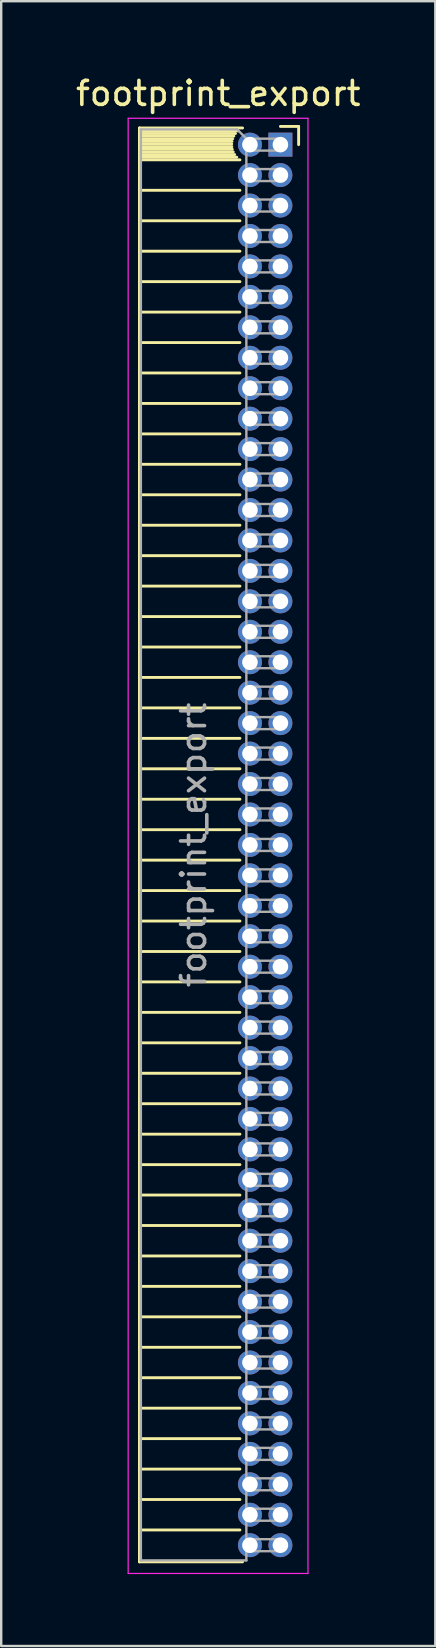
<source format=kicad_pcb>
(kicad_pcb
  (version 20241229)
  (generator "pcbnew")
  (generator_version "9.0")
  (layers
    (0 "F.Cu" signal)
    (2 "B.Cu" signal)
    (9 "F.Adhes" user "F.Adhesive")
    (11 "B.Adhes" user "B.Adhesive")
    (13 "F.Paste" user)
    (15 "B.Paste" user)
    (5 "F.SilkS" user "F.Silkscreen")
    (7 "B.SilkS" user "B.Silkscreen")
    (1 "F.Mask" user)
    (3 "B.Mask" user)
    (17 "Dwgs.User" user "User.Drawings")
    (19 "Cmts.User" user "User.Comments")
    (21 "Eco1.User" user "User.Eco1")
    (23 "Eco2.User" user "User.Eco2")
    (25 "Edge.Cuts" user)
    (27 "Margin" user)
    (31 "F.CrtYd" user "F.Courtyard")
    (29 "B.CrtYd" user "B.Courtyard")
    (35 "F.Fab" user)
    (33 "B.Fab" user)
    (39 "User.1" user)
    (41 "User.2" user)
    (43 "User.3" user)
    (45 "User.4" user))
  (footprint "footprint_export"
    (layer "F.Cu")
    (at 8.646 2.983)
    (property "Reference" "footprint_export" (at -2.592 -2.135 0) (layer "F.SilkS") (effects (font (size 1 1) (thickness 0.15))))
    (attr through_hole)
    (fp_line (start -5.88 -0.695) (end -5.88 59.115) (stroke (width 0.12) (type solid)) (layer "F.SilkS"))
    (fp_line (start -5.88 -0.695) (end -1.578 -0.695) (stroke (width 0.12) (type solid)) (layer "F.SilkS"))
    (fp_line (start -5.88 -0.575) (end -1.767 -0.575) (stroke (width 0.12) (type solid)) (layer "F.SilkS"))
    (fp_line (start -5.88 -0.465) (end -1.871 -0.465) (stroke (width 0.12) (type solid)) (layer "F.SilkS"))
    (fp_line (start -5.88 -0.355) (end -1.942 -0.355) (stroke (width 0.12) (type solid)) (layer "F.SilkS"))
    (fp_line (start -5.88 -0.245) (end -1.989 -0.245) (stroke (width 0.12) (type solid)) (layer "F.SilkS"))
    (fp_line (start -5.88 -0.135) (end -2.018 -0.135) (stroke (width 0.12) (type solid)) (layer "F.SilkS"))
    (fp_line (start -5.88 -0.025) (end -2.03 -0.025) (stroke (width 0.12) (type solid)) (layer "F.SilkS"))
    (fp_line (start -5.88 0.085) (end -2.025 0.085) (stroke (width 0.12) (type solid)) (layer "F.SilkS"))
    (fp_line (start -5.88 0.195) (end -2.005 0.195) (stroke (width 0.12) (type solid)) (layer "F.SilkS"))
    (fp_line (start -5.88 0.305) (end -1.966 0.305) (stroke (width 0.12) (type solid)) (layer "F.SilkS"))
    (fp_line (start -5.88 0.415) (end -1.907 0.415) (stroke (width 0.12) (type solid)) (layer "F.SilkS"))
    (fp_line (start -5.88 0.525) (end -1.82 0.525) (stroke (width 0.12) (type solid)) (layer "F.SilkS"))
    (fp_line (start -5.88 0.635) (end -1.688 0.635) (stroke (width 0.12) (type solid)) (layer "F.SilkS"))
    (fp_line (start -5.88 1.905) (end -1.688 1.905) (stroke (width 0.12) (type solid)) (layer "F.SilkS"))
    (fp_line (start -5.88 3.175) (end -1.688 3.175) (stroke (width 0.12) (type solid)) (layer "F.SilkS"))
    (fp_line (start -5.88 4.445) (end -1.688 4.445) (stroke (width 0.12) (type solid)) (layer "F.SilkS"))
    (fp_line (start -5.88 5.715) (end -1.688 5.715) (stroke (width 0.12) (type solid)) (layer "F.SilkS"))
    (fp_line (start -5.88 6.985) (end -1.688 6.985) (stroke (width 0.12) (type solid)) (layer "F.SilkS"))
    (fp_line (start -5.88 8.255) (end -1.688 8.255) (stroke (width 0.12) (type solid)) (layer "F.SilkS"))
    (fp_line (start -5.88 9.525) (end -1.688 9.525) (stroke (width 0.12) (type solid)) (layer "F.SilkS"))
    (fp_line (start -5.88 10.795) (end -1.688 10.795) (stroke (width 0.12) (type solid)) (layer "F.SilkS"))
    (fp_line (start -5.88 12.065) (end -1.688 12.065) (stroke (width 0.12) (type solid)) (layer "F.SilkS"))
    (fp_line (start -5.88 13.335) (end -1.688 13.335) (stroke (width 0.12) (type solid)) (layer "F.SilkS"))
    (fp_line (start -5.88 14.605) (end -1.688 14.605) (stroke (width 0.12) (type solid)) (layer "F.SilkS"))
    (fp_line (start -5.88 15.875) (end -1.688 15.875) (stroke (width 0.12) (type solid)) (layer "F.SilkS"))
    (fp_line (start -5.88 17.145) (end -1.688 17.145) (stroke (width 0.12) (type solid)) (layer "F.SilkS"))
    (fp_line (start -5.88 18.415) (end -1.688 18.415) (stroke (width 0.12) (type solid)) (layer "F.SilkS"))
    (fp_line (start -5.88 19.685) (end -1.688 19.685) (stroke (width 0.12) (type solid)) (layer "F.SilkS"))
    (fp_line (start -5.88 20.955) (end -1.688 20.955) (stroke (width 0.12) (type solid)) (layer "F.SilkS"))
    (fp_line (start -5.88 22.225) (end -1.688 22.225) (stroke (width 0.12) (type solid)) (layer "F.SilkS"))
    (fp_line (start -5.88 23.495) (end -1.688 23.495) (stroke (width 0.12) (type solid)) (layer "F.SilkS"))
    (fp_line (start -5.88 24.765) (end -1.688 24.765) (stroke (width 0.12) (type solid)) (layer "F.SilkS"))
    (fp_line (start -5.88 26.035) (end -1.688 26.035) (stroke (width 0.12) (type solid)) (layer "F.SilkS"))
    (fp_line (start -5.88 27.305) (end -1.688 27.305) (stroke (width 0.12) (type solid)) (layer "F.SilkS"))
    (fp_line (start -5.88 28.575) (end -1.688 28.575) (stroke (width 0.12) (type solid)) (layer "F.SilkS"))
    (fp_line (start -5.88 29.845) (end -1.688 29.845) (stroke (width 0.12) (type solid)) (layer "F.SilkS"))
    (fp_line (start -5.88 31.115) (end -1.688 31.115) (stroke (width 0.12) (type solid)) (layer "F.SilkS"))
    (fp_line (start -5.88 32.385) (end -1.688 32.385) (stroke (width 0.12) (type solid)) (layer "F.SilkS"))
    (fp_line (start -5.88 33.655) (end -1.688 33.655) (stroke (width 0.12) (type solid)) (layer "F.SilkS"))
    (fp_line (start -5.88 34.925) (end -1.688 34.925) (stroke (width 0.12) (type solid)) (layer "F.SilkS"))
    (fp_line (start -5.88 36.195) (end -1.688 36.195) (stroke (width 0.12) (type solid)) (layer "F.SilkS"))
    (fp_line (start -5.88 37.465) (end -1.688 37.465) (stroke (width 0.12) (type solid)) (layer "F.SilkS"))
    (fp_line (start -5.88 38.735) (end -1.688 38.735) (stroke (width 0.12) (type solid)) (layer "F.SilkS"))
    (fp_line (start -5.88 40.005) (end -1.688 40.005) (stroke (width 0.12) (type solid)) (layer "F.SilkS"))
    (fp_line (start -5.88 41.275) (end -1.688 41.275) (stroke (width 0.12) (type solid)) (layer "F.SilkS"))
    (fp_line (start -5.88 42.545) (end -1.688 42.545) (stroke (width 0.12) (type solid)) (layer "F.SilkS"))
    (fp_line (start -5.88 43.815) (end -1.688 43.815) (stroke (width 0.12) (type solid)) (layer "F.SilkS"))
    (fp_line (start -5.88 45.085) (end -1.688 45.085) (stroke (width 0.12) (type solid)) (layer "F.SilkS"))
    (fp_line (start -5.88 46.355) (end -1.688 46.355) (stroke (width 0.12) (type solid)) (layer "F.SilkS"))
    (fp_line (start -5.88 47.625) (end -1.688 47.625) (stroke (width 0.12) (type solid)) (layer "F.SilkS"))
    (fp_line (start -5.88 48.895) (end -1.688 48.895) (stroke (width 0.12) (type solid)) (layer "F.SilkS"))
    (fp_line (start -5.88 50.165) (end -1.688 50.165) (stroke (width 0.12) (type solid)) (layer "F.SilkS"))
    (fp_line (start -5.88 51.435) (end -1.688 51.435) (stroke (width 0.12) (type solid)) (layer "F.SilkS"))
    (fp_line (start -5.88 52.705) (end -1.688 52.705) (stroke (width 0.12) (type solid)) (layer "F.SilkS"))
    (fp_line (start -5.88 53.975) (end -1.688 53.975) (stroke (width 0.12) (type solid)) (layer "F.SilkS"))
    (fp_line (start -5.88 55.245) (end -1.688 55.245) (stroke (width 0.12) (type solid)) (layer "F.SilkS"))
    (fp_line (start -5.88 56.515) (end -1.688 56.515) (stroke (width 0.12) (type solid)) (layer "F.SilkS"))
    (fp_line (start -5.88 57.785) (end -1.688 57.785) (stroke (width 0.12) (type solid)) (layer "F.SilkS"))
    (fp_line (start -5.88 59.115) (end -1.578 59.115) (stroke (width 0.12) (type solid)) (layer "F.SilkS"))
    (fp_line (start 0 -0.76) (end 0.76 -0.76) (stroke (width 0.12) (type solid)) (layer "F.SilkS"))
    (fp_line (start 0.76 -0.76) (end 0.76 0) (stroke (width 0.12) (type solid)) (layer "F.SilkS"))
    (fp_line (start -6.35 -1.1) (end -6.35 59.6) (stroke (width 0.05) (type solid)) (layer "F.CrtYd"))
    (fp_line (start -6.35 59.6) (end 1.15 59.6) (stroke (width 0.05) (type solid)) (layer "F.CrtYd"))
    (fp_line (start 1.15 -1.1) (end -6.35 -1.1) (stroke (width 0.05) (type solid)) (layer "F.CrtYd"))
    (fp_line (start 1.15 59.6) (end 1.15 -1.1) (stroke (width 0.05) (type solid)) (layer "F.CrtYd"))
    (fp_line (start -5.82 -0.635) (end -1.805 -0.635) (stroke (width 0.1) (type solid)) (layer "F.Fab"))
    (fp_line (start -5.82 59.055) (end -5.82 -0.635) (stroke (width 0.1) (type solid)) (layer "F.Fab"))
    (fp_line (start -1.805 -0.635) (end -1.42 -0.25) (stroke (width 0.1) (type solid)) (layer "F.Fab"))
    (fp_line (start -1.42 -0.25) (end -1.42 59.055) (stroke (width 0.1) (type solid)) (layer "F.Fab"))
    (fp_line (start -1.42 0.25) (end 0 0.25) (stroke (width 0.1) (type solid)) (layer "F.Fab"))
    (fp_line (start -1.42 1.52) (end 0 1.52) (stroke (width 0.1) (type solid)) (layer "F.Fab"))
    (fp_line (start -1.42 2.79) (end 0 2.79) (stroke (width 0.1) (type solid)) (layer "F.Fab"))
    (fp_line (start -1.42 4.06) (end 0 4.06) (stroke (width 0.1) (type solid)) (layer "F.Fab"))
    (fp_line (start -1.42 5.33) (end 0 5.33) (stroke (width 0.1) (type solid)) (layer "F.Fab"))
    (fp_line (start -1.42 6.6) (end 0 6.6) (stroke (width 0.1) (type solid)) (layer "F.Fab"))
    (fp_line (start -1.42 7.87) (end 0 7.87) (stroke (width 0.1) (type solid)) (layer "F.Fab"))
    (fp_line (start -1.42 9.14) (end 0 9.14) (stroke (width 0.1) (type solid)) (layer "F.Fab"))
    (fp_line (start -1.42 10.41) (end 0 10.41) (stroke (width 0.1) (type solid)) (layer "F.Fab"))
    (fp_line (start -1.42 11.68) (end 0 11.68) (stroke (width 0.1) (type solid)) (layer "F.Fab"))
    (fp_line (start -1.42 12.95) (end 0 12.95) (stroke (width 0.1) (type solid)) (layer "F.Fab"))
    (fp_line (start -1.42 14.22) (end 0 14.22) (stroke (width 0.1) (type solid)) (layer "F.Fab"))
    (fp_line (start -1.42 15.49) (end 0 15.49) (stroke (width 0.1) (type solid)) (layer "F.Fab"))
    (fp_line (start -1.42 16.76) (end 0 16.76) (stroke (width 0.1) (type solid)) (layer "F.Fab"))
    (fp_line (start -1.42 18.03) (end 0 18.03) (stroke (width 0.1) (type solid)) (layer "F.Fab"))
    (fp_line (start -1.42 19.3) (end 0 19.3) (stroke (width 0.1) (type solid)) (layer "F.Fab"))
    (fp_line (start -1.42 20.57) (end 0 20.57) (stroke (width 0.1) (type solid)) (layer "F.Fab"))
    (fp_line (start -1.42 21.84) (end 0 21.84) (stroke (width 0.1) (type solid)) (layer "F.Fab"))
    (fp_line (start -1.42 23.11) (end 0 23.11) (stroke (width 0.1) (type solid)) (layer "F.Fab"))
    (fp_line (start -1.42 24.38) (end 0 24.38) (stroke (width 0.1) (type solid)) (layer "F.Fab"))
    (fp_line (start -1.42 25.65) (end 0 25.65) (stroke (width 0.1) (type solid)) (layer "F.Fab"))
    (fp_line (start -1.42 26.92) (end 0 26.92) (stroke (width 0.1) (type solid)) (layer "F.Fab"))
    (fp_line (start -1.42 28.19) (end 0 28.19) (stroke (width 0.1) (type solid)) (layer "F.Fab"))
    (fp_line (start -1.42 29.46) (end 0 29.46) (stroke (width 0.1) (type solid)) (layer "F.Fab"))
    (fp_line (start -1.42 30.73) (end 0 30.73) (stroke (width 0.1) (type solid)) (layer "F.Fab"))
    (fp_line (start -1.42 32) (end 0 32) (stroke (width 0.1) (type solid)) (layer "F.Fab"))
    (fp_line (start -1.42 33.27) (end 0 33.27) (stroke (width 0.1) (type solid)) (layer "F.Fab"))
    (fp_line (start -1.42 34.54) (end 0 34.54) (stroke (width 0.1) (type solid)) (layer "F.Fab"))
    (fp_line (start -1.42 35.81) (end 0 35.81) (stroke (width 0.1) (type solid)) (layer "F.Fab"))
    (fp_line (start -1.42 37.08) (end 0 37.08) (stroke (width 0.1) (type solid)) (layer "F.Fab"))
    (fp_line (start -1.42 38.35) (end 0 38.35) (stroke (width 0.1) (type solid)) (layer "F.Fab"))
    (fp_line (start -1.42 39.62) (end 0 39.62) (stroke (width 0.1) (type solid)) (layer "F.Fab"))
    (fp_line (start -1.42 40.89) (end 0 40.89) (stroke (width 0.1) (type solid)) (layer "F.Fab"))
    (fp_line (start -1.42 42.16) (end 0 42.16) (stroke (width 0.1) (type solid)) (layer "F.Fab"))
    (fp_line (start -1.42 43.43) (end 0 43.43) (stroke (width 0.1) (type solid)) (layer "F.Fab"))
    (fp_line (start -1.42 44.7) (end 0 44.7) (stroke (width 0.1) (type solid)) (layer "F.Fab"))
    (fp_line (start -1.42 45.97) (end 0 45.97) (stroke (width 0.1) (type solid)) (layer "F.Fab"))
    (fp_line (start -1.42 47.24) (end 0 47.24) (stroke (width 0.1) (type solid)) (layer "F.Fab"))
    (fp_line (start -1.42 48.51) (end 0 48.51) (stroke (width 0.1) (type solid)) (layer "F.Fab"))
    (fp_line (start -1.42 49.78) (end 0 49.78) (stroke (width 0.1) (type solid)) (layer "F.Fab"))
    (fp_line (start -1.42 51.05) (end 0 51.05) (stroke (width 0.1) (type solid)) (layer "F.Fab"))
    (fp_line (start -1.42 52.32) (end 0 52.32) (stroke (width 0.1) (type solid)) (layer "F.Fab"))
    (fp_line (start -1.42 53.59) (end 0 53.59) (stroke (width 0.1) (type solid)) (layer "F.Fab"))
    (fp_line (start -1.42 54.86) (end 0 54.86) (stroke (width 0.1) (type solid)) (layer "F.Fab"))
    (fp_line (start -1.42 56.13) (end 0 56.13) (stroke (width 0.1) (type solid)) (layer "F.Fab"))
    (fp_line (start -1.42 57.4) (end 0 57.4) (stroke (width 0.1) (type solid)) (layer "F.Fab"))
    (fp_line (start -1.42 58.67) (end 0 58.67) (stroke (width 0.1) (type solid)) (layer "F.Fab"))
    (fp_line (start -1.42 59.055) (end -5.82 59.055) (stroke (width 0.1) (type solid)) (layer "F.Fab"))
    (fp_line (start 0 -0.25) (end -1.42 -0.25) (stroke (width 0.1) (type solid)) (layer "F.Fab"))
    (fp_line (start 0 0.25) (end 0 -0.25) (stroke (width 0.1) (type solid)) (layer "F.Fab"))
    (fp_line (start 0 1.02) (end -1.42 1.02) (stroke (width 0.1) (type solid)) (layer "F.Fab"))
    (fp_line (start 0 1.52) (end 0 1.02) (stroke (width 0.1) (type solid)) (layer "F.Fab"))
    (fp_line (start 0 2.29) (end -1.42 2.29) (stroke (width 0.1) (type solid)) (layer "F.Fab"))
    (fp_line (start 0 2.79) (end 0 2.29) (stroke (width 0.1) (type solid)) (layer "F.Fab"))
    (fp_line (start 0 3.56) (end -1.42 3.56) (stroke (width 0.1) (type solid)) (layer "F.Fab"))
    (fp_line (start 0 4.06) (end 0 3.56) (stroke (width 0.1) (type solid)) (layer "F.Fab"))
    (fp_line (start 0 4.83) (end -1.42 4.83) (stroke (width 0.1) (type solid)) (layer "F.Fab"))
    (fp_line (start 0 5.33) (end 0 4.83) (stroke (width 0.1) (type solid)) (layer "F.Fab"))
    (fp_line (start 0 6.1) (end -1.42 6.1) (stroke (width 0.1) (type solid)) (layer "F.Fab"))
    (fp_line (start 0 6.6) (end 0 6.1) (stroke (width 0.1) (type solid)) (layer "F.Fab"))
    (fp_line (start 0 7.37) (end -1.42 7.37) (stroke (width 0.1) (type solid)) (layer "F.Fab"))
    (fp_line (start 0 7.87) (end 0 7.37) (stroke (width 0.1) (type solid)) (layer "F.Fab"))
    (fp_line (start 0 8.64) (end -1.42 8.64) (stroke (width 0.1) (type solid)) (layer "F.Fab"))
    (fp_line (start 0 9.14) (end 0 8.64) (stroke (width 0.1) (type solid)) (layer "F.Fab"))
    (fp_line (start 0 9.91) (end -1.42 9.91) (stroke (width 0.1) (type solid)) (layer "F.Fab"))
    (fp_line (start 0 10.41) (end 0 9.91) (stroke (width 0.1) (type solid)) (layer "F.Fab"))
    (fp_line (start 0 11.18) (end -1.42 11.18) (stroke (width 0.1) (type solid)) (layer "F.Fab"))
    (fp_line (start 0 11.68) (end 0 11.18) (stroke (width 0.1) (type solid)) (layer "F.Fab"))
    (fp_line (start 0 12.45) (end -1.42 12.45) (stroke (width 0.1) (type solid)) (layer "F.Fab"))
    (fp_line (start 0 12.95) (end 0 12.45) (stroke (width 0.1) (type solid)) (layer "F.Fab"))
    (fp_line (start 0 13.72) (end -1.42 13.72) (stroke (width 0.1) (type solid)) (layer "F.Fab"))
    (fp_line (start 0 14.22) (end 0 13.72) (stroke (width 0.1) (type solid)) (layer "F.Fab"))
    (fp_line (start 0 14.99) (end -1.42 14.99) (stroke (width 0.1) (type solid)) (layer "F.Fab"))
    (fp_line (start 0 15.49) (end 0 14.99) (stroke (width 0.1) (type solid)) (layer "F.Fab"))
    (fp_line (start 0 16.26) (end -1.42 16.26) (stroke (width 0.1) (type solid)) (layer "F.Fab"))
    (fp_line (start 0 16.76) (end 0 16.26) (stroke (width 0.1) (type solid)) (layer "F.Fab"))
    (fp_line (start 0 17.53) (end -1.42 17.53) (stroke (width 0.1) (type solid)) (layer "F.Fab"))
    (fp_line (start 0 18.03) (end 0 17.53) (stroke (width 0.1) (type solid)) (layer "F.Fab"))
    (fp_line (start 0 18.8) (end -1.42 18.8) (stroke (width 0.1) (type solid)) (layer "F.Fab"))
    (fp_line (start 0 19.3) (end 0 18.8) (stroke (width 0.1) (type solid)) (layer "F.Fab"))
    (fp_line (start 0 20.07) (end -1.42 20.07) (stroke (width 0.1) (type solid)) (layer "F.Fab"))
    (fp_line (start 0 20.57) (end 0 20.07) (stroke (width 0.1) (type solid)) (layer "F.Fab"))
    (fp_line (start 0 21.34) (end -1.42 21.34) (stroke (width 0.1) (type solid)) (layer "F.Fab"))
    (fp_line (start 0 21.84) (end 0 21.34) (stroke (width 0.1) (type solid)) (layer "F.Fab"))
    (fp_line (start 0 22.61) (end -1.42 22.61) (stroke (width 0.1) (type solid)) (layer "F.Fab"))
    (fp_line (start 0 23.11) (end 0 22.61) (stroke (width 0.1) (type solid)) (layer "F.Fab"))
    (fp_line (start 0 23.88) (end -1.42 23.88) (stroke (width 0.1) (type solid)) (layer "F.Fab"))
    (fp_line (start 0 24.38) (end 0 23.88) (stroke (width 0.1) (type solid)) (layer "F.Fab"))
    (fp_line (start 0 25.15) (end -1.42 25.15) (stroke (width 0.1) (type solid)) (layer "F.Fab"))
    (fp_line (start 0 25.65) (end 0 25.15) (stroke (width 0.1) (type solid)) (layer "F.Fab"))
    (fp_line (start 0 26.42) (end -1.42 26.42) (stroke (width 0.1) (type solid)) (layer "F.Fab"))
    (fp_line (start 0 26.92) (end 0 26.42) (stroke (width 0.1) (type solid)) (layer "F.Fab"))
    (fp_line (start 0 27.69) (end -1.42 27.69) (stroke (width 0.1) (type solid)) (layer "F.Fab"))
    (fp_line (start 0 28.19) (end 0 27.69) (stroke (width 0.1) (type solid)) (layer "F.Fab"))
    (fp_line (start 0 28.96) (end -1.42 28.96) (stroke (width 0.1) (type solid)) (layer "F.Fab"))
    (fp_line (start 0 29.46) (end 0 28.96) (stroke (width 0.1) (type solid)) (layer "F.Fab"))
    (fp_line (start 0 30.23) (end -1.42 30.23) (stroke (width 0.1) (type solid)) (layer "F.Fab"))
    (fp_line (start 0 30.73) (end 0 30.23) (stroke (width 0.1) (type solid)) (layer "F.Fab"))
    (fp_line (start 0 31.5) (end -1.42 31.5) (stroke (width 0.1) (type solid)) (layer "F.Fab"))
    (fp_line (start 0 32) (end 0 31.5) (stroke (width 0.1) (type solid)) (layer "F.Fab"))
    (fp_line (start 0 32.77) (end -1.42 32.77) (stroke (width 0.1) (type solid)) (layer "F.Fab"))
    (fp_line (start 0 33.27) (end 0 32.77) (stroke (width 0.1) (type solid)) (layer "F.Fab"))
    (fp_line (start 0 34.04) (end -1.42 34.04) (stroke (width 0.1) (type solid)) (layer "F.Fab"))
    (fp_line (start 0 34.54) (end 0 34.04) (stroke (width 0.1) (type solid)) (layer "F.Fab"))
    (fp_line (start 0 35.31) (end -1.42 35.31) (stroke (width 0.1) (type solid)) (layer "F.Fab"))
    (fp_line (start 0 35.81) (end 0 35.31) (stroke (width 0.1) (type solid)) (layer "F.Fab"))
    (fp_line (start 0 36.58) (end -1.42 36.58) (stroke (width 0.1) (type solid)) (layer "F.Fab"))
    (fp_line (start 0 37.08) (end 0 36.58) (stroke (width 0.1) (type solid)) (layer "F.Fab"))
    (fp_line (start 0 37.85) (end -1.42 37.85) (stroke (width 0.1) (type solid)) (layer "F.Fab"))
    (fp_line (start 0 38.35) (end 0 37.85) (stroke (width 0.1) (type solid)) (layer "F.Fab"))
    (fp_line (start 0 39.12) (end -1.42 39.12) (stroke (width 0.1) (type solid)) (layer "F.Fab"))
    (fp_line (start 0 39.62) (end 0 39.12) (stroke (width 0.1) (type solid)) (layer "F.Fab"))
    (fp_line (start 0 40.39) (end -1.42 40.39) (stroke (width 0.1) (type solid)) (layer "F.Fab"))
    (fp_line (start 0 40.89) (end 0 40.39) (stroke (width 0.1) (type solid)) (layer "F.Fab"))
    (fp_line (start 0 41.66) (end -1.42 41.66) (stroke (width 0.1) (type solid)) (layer "F.Fab"))
    (fp_line (start 0 42.16) (end 0 41.66) (stroke (width 0.1) (type solid)) (layer "F.Fab"))
    (fp_line (start 0 42.93) (end -1.42 42.93) (stroke (width 0.1) (type solid)) (layer "F.Fab"))
    (fp_line (start 0 43.43) (end 0 42.93) (stroke (width 0.1) (type solid)) (layer "F.Fab"))
    (fp_line (start 0 44.2) (end -1.42 44.2) (stroke (width 0.1) (type solid)) (layer "F.Fab"))
    (fp_line (start 0 44.7) (end 0 44.2) (stroke (width 0.1) (type solid)) (layer "F.Fab"))
    (fp_line (start 0 45.47) (end -1.42 45.47) (stroke (width 0.1) (type solid)) (layer "F.Fab"))
    (fp_line (start 0 45.97) (end 0 45.47) (stroke (width 0.1) (type solid)) (layer "F.Fab"))
    (fp_line (start 0 46.74) (end -1.42 46.74) (stroke (width 0.1) (type solid)) (layer "F.Fab"))
    (fp_line (start 0 47.24) (end 0 46.74) (stroke (width 0.1) (type solid)) (layer "F.Fab"))
    (fp_line (start 0 48.01) (end -1.42 48.01) (stroke (width 0.1) (type solid)) (layer "F.Fab"))
    (fp_line (start 0 48.51) (end 0 48.01) (stroke (width 0.1) (type solid)) (layer "F.Fab"))
    (fp_line (start 0 49.28) (end -1.42 49.28) (stroke (width 0.1) (type solid)) (layer "F.Fab"))
    (fp_line (start 0 49.78) (end 0 49.28) (stroke (width 0.1) (type solid)) (layer "F.Fab"))
    (fp_line (start 0 50.55) (end -1.42 50.55) (stroke (width 0.1) (type solid)) (layer "F.Fab"))
    (fp_line (start 0 51.05) (end 0 50.55) (stroke (width 0.1) (type solid)) (layer "F.Fab"))
    (fp_line (start 0 51.82) (end -1.42 51.82) (stroke (width 0.1) (type solid)) (layer "F.Fab"))
    (fp_line (start 0 52.32) (end 0 51.82) (stroke (width 0.1) (type solid)) (layer "F.Fab"))
    (fp_line (start 0 53.09) (end -1.42 53.09) (stroke (width 0.1) (type solid)) (layer "F.Fab"))
    (fp_line (start 0 53.59) (end 0 53.09) (stroke (width 0.1) (type solid)) (layer "F.Fab"))
    (fp_line (start 0 54.36) (end -1.42 54.36) (stroke (width 0.1) (type solid)) (layer "F.Fab"))
    (fp_line (start 0 54.86) (end 0 54.36) (stroke (width 0.1) (type solid)) (layer "F.Fab"))
    (fp_line (start 0 55.63) (end -1.42 55.63) (stroke (width 0.1) (type solid)) (layer "F.Fab"))
    (fp_line (start 0 56.13) (end 0 55.63) (stroke (width 0.1) (type solid)) (layer "F.Fab"))
    (fp_line (start 0 56.9) (end -1.42 56.9) (stroke (width 0.1) (type solid)) (layer "F.Fab"))
    (fp_line (start 0 57.4) (end 0 56.9) (stroke (width 0.1) (type solid)) (layer "F.Fab"))
    (fp_line (start 0 58.17) (end -1.42 58.17) (stroke (width 0.1) (type solid)) (layer "F.Fab"))
    (fp_line (start 0 58.67) (end 0 58.17) (stroke (width 0.1) (type solid)) (layer "F.Fab"))
    (fp_text user "${REFERENCE}" (at -3.62 29.21 90) (layer "F.Fab") (effects (font (size 1 1) (thickness 0.15))))
    (pad "1" thru_hole rect (at 0 0) (size 1 1) (drill 0.65) (layers "*.Cu" "*.Mask"))
    (pad "2" thru_hole oval (at -1.27 0) (size 1 1) (drill 0.65) (layers "*.Cu" "*.Mask"))
    (pad "3" thru_hole oval (at 0 1.27) (size 1 1) (drill 0.65) (layers "*.Cu" "*.Mask"))
    (pad "4" thru_hole oval (at -1.27 1.27) (size 1 1) (drill 0.65) (layers "*.Cu" "*.Mask"))
    (pad "5" thru_hole oval (at 0 2.54) (size 1 1) (drill 0.65) (layers "*.Cu" "*.Mask"))
    (pad "6" thru_hole oval (at -1.27 2.54) (size 1 1) (drill 0.65) (layers "*.Cu" "*.Mask"))
    (pad "7" thru_hole oval (at 0 3.81) (size 1 1) (drill 0.65) (layers "*.Cu" "*.Mask"))
    (pad "8" thru_hole oval (at -1.27 3.81) (size 1 1) (drill 0.65) (layers "*.Cu" "*.Mask"))
    (pad "9" thru_hole oval (at 0 5.08) (size 1 1) (drill 0.65) (layers "*.Cu" "*.Mask"))
    (pad "10" thru_hole oval (at -1.27 5.08) (size 1 1) (drill 0.65) (layers "*.Cu" "*.Mask"))
    (pad "11" thru_hole oval (at 0 6.35) (size 1 1) (drill 0.65) (layers "*.Cu" "*.Mask"))
    (pad "12" thru_hole oval (at -1.27 6.35) (size 1 1) (drill 0.65) (layers "*.Cu" "*.Mask"))
    (pad "13" thru_hole oval (at 0 7.62) (size 1 1) (drill 0.65) (layers "*.Cu" "*.Mask"))
    (pad "14" thru_hole oval (at -1.27 7.62) (size 1 1) (drill 0.65) (layers "*.Cu" "*.Mask"))
    (pad "15" thru_hole oval (at 0 8.89) (size 1 1) (drill 0.65) (layers "*.Cu" "*.Mask"))
    (pad "16" thru_hole oval (at -1.27 8.89) (size 1 1) (drill 0.65) (layers "*.Cu" "*.Mask"))
    (pad "17" thru_hole oval (at 0 10.16) (size 1 1) (drill 0.65) (layers "*.Cu" "*.Mask"))
    (pad "18" thru_hole oval (at -1.27 10.16) (size 1 1) (drill 0.65) (layers "*.Cu" "*.Mask"))
    (pad "19" thru_hole oval (at 0 11.43) (size 1 1) (drill 0.65) (layers "*.Cu" "*.Mask"))
    (pad "20" thru_hole oval (at -1.27 11.43) (size 1 1) (drill 0.65) (layers "*.Cu" "*.Mask"))
    (pad "21" thru_hole oval (at 0 12.7) (size 1 1) (drill 0.65) (layers "*.Cu" "*.Mask"))
    (pad "22" thru_hole oval (at -1.27 12.7) (size 1 1) (drill 0.65) (layers "*.Cu" "*.Mask"))
    (pad "23" thru_hole oval (at 0 13.97) (size 1 1) (drill 0.65) (layers "*.Cu" "*.Mask"))
    (pad "24" thru_hole oval (at -1.27 13.97) (size 1 1) (drill 0.65) (layers "*.Cu" "*.Mask"))
    (pad "25" thru_hole oval (at 0 15.24) (size 1 1) (drill 0.65) (layers "*.Cu" "*.Mask"))
    (pad "26" thru_hole oval (at -1.27 15.24) (size 1 1) (drill 0.65) (layers "*.Cu" "*.Mask"))
    (pad "27" thru_hole oval (at 0 16.51) (size 1 1) (drill 0.65) (layers "*.Cu" "*.Mask"))
    (pad "28" thru_hole oval (at -1.27 16.51) (size 1 1) (drill 0.65) (layers "*.Cu" "*.Mask"))
    (pad "29" thru_hole oval (at 0 17.78) (size 1 1) (drill 0.65) (layers "*.Cu" "*.Mask"))
    (pad "30" thru_hole oval (at -1.27 17.78) (size 1 1) (drill 0.65) (layers "*.Cu" "*.Mask"))
    (pad "31" thru_hole oval (at 0 19.05) (size 1 1) (drill 0.65) (layers "*.Cu" "*.Mask"))
    (pad "32" thru_hole oval (at -1.27 19.05) (size 1 1) (drill 0.65) (layers "*.Cu" "*.Mask"))
    (pad "33" thru_hole oval (at 0 20.32) (size 1 1) (drill 0.65) (layers "*.Cu" "*.Mask"))
    (pad "34" thru_hole oval (at -1.27 20.32) (size 1 1) (drill 0.65) (layers "*.Cu" "*.Mask"))
    (pad "35" thru_hole oval (at 0 21.59) (size 1 1) (drill 0.65) (layers "*.Cu" "*.Mask"))
    (pad "36" thru_hole oval (at -1.27 21.59) (size 1 1) (drill 0.65) (layers "*.Cu" "*.Mask"))
    (pad "37" thru_hole oval (at 0 22.86) (size 1 1) (drill 0.65) (layers "*.Cu" "*.Mask"))
    (pad "38" thru_hole oval (at -1.27 22.86) (size 1 1) (drill 0.65) (layers "*.Cu" "*.Mask"))
    (pad "39" thru_hole oval (at 0 24.13) (size 1 1) (drill 0.65) (layers "*.Cu" "*.Mask"))
    (pad "40" thru_hole oval (at -1.27 24.13) (size 1 1) (drill 0.65) (layers "*.Cu" "*.Mask"))
    (pad "41" thru_hole oval (at 0 25.4) (size 1 1) (drill 0.65) (layers "*.Cu" "*.Mask"))
    (pad "42" thru_hole oval (at -1.27 25.4) (size 1 1) (drill 0.65) (layers "*.Cu" "*.Mask"))
    (pad "43" thru_hole oval (at 0 26.67) (size 1 1) (drill 0.65) (layers "*.Cu" "*.Mask"))
    (pad "44" thru_hole oval (at -1.27 26.67) (size 1 1) (drill 0.65) (layers "*.Cu" "*.Mask"))
    (pad "45" thru_hole oval (at 0 27.94) (size 1 1) (drill 0.65) (layers "*.Cu" "*.Mask"))
    (pad "46" thru_hole oval (at -1.27 27.94) (size 1 1) (drill 0.65) (layers "*.Cu" "*.Mask"))
    (pad "47" thru_hole oval (at 0 29.21) (size 1 1) (drill 0.65) (layers "*.Cu" "*.Mask"))
    (pad "48" thru_hole oval (at -1.27 29.21) (size 1 1) (drill 0.65) (layers "*.Cu" "*.Mask"))
    (pad "49" thru_hole oval (at 0 30.48) (size 1 1) (drill 0.65) (layers "*.Cu" "*.Mask"))
    (pad "50" thru_hole oval (at -1.27 30.48) (size 1 1) (drill 0.65) (layers "*.Cu" "*.Mask"))
    (pad "51" thru_hole oval (at 0 31.75) (size 1 1) (drill 0.65) (layers "*.Cu" "*.Mask"))
    (pad "52" thru_hole oval (at -1.27 31.75) (size 1 1) (drill 0.65) (layers "*.Cu" "*.Mask"))
    (pad "53" thru_hole oval (at 0 33.02) (size 1 1) (drill 0.65) (layers "*.Cu" "*.Mask"))
    (pad "54" thru_hole oval (at -1.27 33.02) (size 1 1) (drill 0.65) (layers "*.Cu" "*.Mask"))
    (pad "55" thru_hole oval (at 0 34.29) (size 1 1) (drill 0.65) (layers "*.Cu" "*.Mask"))
    (pad "56" thru_hole oval (at -1.27 34.29) (size 1 1) (drill 0.65) (layers "*.Cu" "*.Mask"))
    (pad "57" thru_hole oval (at 0 35.56) (size 1 1) (drill 0.65) (layers "*.Cu" "*.Mask"))
    (pad "58" thru_hole oval (at -1.27 35.56) (size 1 1) (drill 0.65) (layers "*.Cu" "*.Mask"))
    (pad "59" thru_hole oval (at 0 36.83) (size 1 1) (drill 0.65) (layers "*.Cu" "*.Mask"))
    (pad "60" thru_hole oval (at -1.27 36.83) (size 1 1) (drill 0.65) (layers "*.Cu" "*.Mask"))
    (pad "61" thru_hole oval (at 0 38.1) (size 1 1) (drill 0.65) (layers "*.Cu" "*.Mask"))
    (pad "62" thru_hole oval (at -1.27 38.1) (size 1 1) (drill 0.65) (layers "*.Cu" "*.Mask"))
    (pad "63" thru_hole oval (at 0 39.37) (size 1 1) (drill 0.65) (layers "*.Cu" "*.Mask"))
    (pad "64" thru_hole oval (at -1.27 39.37) (size 1 1) (drill 0.65) (layers "*.Cu" "*.Mask"))
    (pad "65" thru_hole oval (at 0 40.64) (size 1 1) (drill 0.65) (layers "*.Cu" "*.Mask"))
    (pad "66" thru_hole oval (at -1.27 40.64) (size 1 1) (drill 0.65) (layers "*.Cu" "*.Mask"))
    (pad "67" thru_hole oval (at 0 41.91) (size 1 1) (drill 0.65) (layers "*.Cu" "*.Mask"))
    (pad "68" thru_hole oval (at -1.27 41.91) (size 1 1) (drill 0.65) (layers "*.Cu" "*.Mask"))
    (pad "69" thru_hole oval (at 0 43.18) (size 1 1) (drill 0.65) (layers "*.Cu" "*.Mask"))
    (pad "70" thru_hole oval (at -1.27 43.18) (size 1 1) (drill 0.65) (layers "*.Cu" "*.Mask"))
    (pad "71" thru_hole oval (at 0 44.45) (size 1 1) (drill 0.65) (layers "*.Cu" "*.Mask"))
    (pad "72" thru_hole oval (at -1.27 44.45) (size 1 1) (drill 0.65) (layers "*.Cu" "*.Mask"))
    (pad "73" thru_hole oval (at 0 45.72) (size 1 1) (drill 0.65) (layers "*.Cu" "*.Mask"))
    (pad "74" thru_hole oval (at -1.27 45.72) (size 1 1) (drill 0.65) (layers "*.Cu" "*.Mask"))
    (pad "75" thru_hole oval (at 0 46.99) (size 1 1) (drill 0.65) (layers "*.Cu" "*.Mask"))
    (pad "76" thru_hole oval (at -1.27 46.99) (size 1 1) (drill 0.65) (layers "*.Cu" "*.Mask"))
    (pad "77" thru_hole oval (at 0 48.26) (size 1 1) (drill 0.65) (layers "*.Cu" "*.Mask"))
    (pad "78" thru_hole oval (at -1.27 48.26) (size 1 1) (drill 0.65) (layers "*.Cu" "*.Mask"))
    (pad "79" thru_hole oval (at 0 49.53) (size 1 1) (drill 0.65) (layers "*.Cu" "*.Mask"))
    (pad "80" thru_hole oval (at -1.27 49.53) (size 1 1) (drill 0.65) (layers "*.Cu" "*.Mask"))
    (pad "81" thru_hole oval (at 0 50.8) (size 1 1) (drill 0.65) (layers "*.Cu" "*.Mask"))
    (pad "82" thru_hole oval (at -1.27 50.8) (size 1 1) (drill 0.65) (layers "*.Cu" "*.Mask"))
    (pad "83" thru_hole oval (at 0 52.07) (size 1 1) (drill 0.65) (layers "*.Cu" "*.Mask"))
    (pad "84" thru_hole oval (at -1.27 52.07) (size 1 1) (drill 0.65) (layers "*.Cu" "*.Mask"))
    (pad "85" thru_hole oval (at 0 53.34) (size 1 1) (drill 0.65) (layers "*.Cu" "*.Mask"))
    (pad "86" thru_hole oval (at -1.27 53.34) (size 1 1) (drill 0.65) (layers "*.Cu" "*.Mask"))
    (pad "87" thru_hole oval (at 0 54.61) (size 1 1) (drill 0.65) (layers "*.Cu" "*.Mask"))
    (pad "88" thru_hole oval (at -1.27 54.61) (size 1 1) (drill 0.65) (layers "*.Cu" "*.Mask"))
    (pad "89" thru_hole oval (at 0 55.88) (size 1 1) (drill 0.65) (layers "*.Cu" "*.Mask"))
    (pad "90" thru_hole oval (at -1.27 55.88) (size 1 1) (drill 0.65) (layers "*.Cu" "*.Mask"))
    (pad "91" thru_hole oval (at 0 57.15) (size 1 1) (drill 0.65) (layers "*.Cu" "*.Mask"))
    (pad "92" thru_hole oval (at -1.27 57.15) (size 1 1) (drill 0.65) (layers "*.Cu" "*.Mask"))
    (pad "93" thru_hole oval (at 0 58.42) (size 1 1) (drill 0.65) (layers "*.Cu" "*.Mask"))
    (pad "94" thru_hole oval (at -1.27 58.42) (size 1 1) (drill 0.65) (layers "*.Cu" "*.Mask")))
  (gr_rect
    (start -3 -3)
    (end 15.107 65.608)
    (stroke (width 0.1) (type default))
    (fill no)
    (layer "Edge.Cuts")))
</source>
